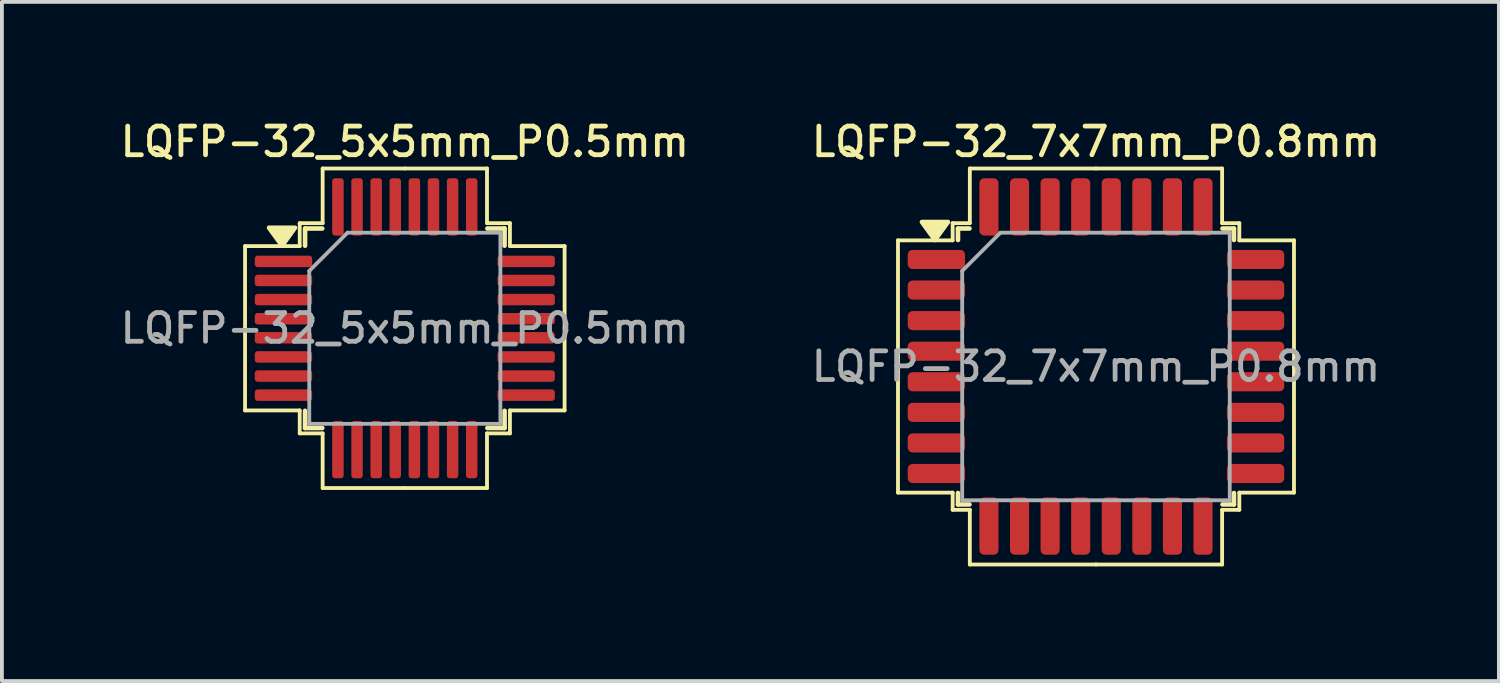
<source format=kicad_pcb>
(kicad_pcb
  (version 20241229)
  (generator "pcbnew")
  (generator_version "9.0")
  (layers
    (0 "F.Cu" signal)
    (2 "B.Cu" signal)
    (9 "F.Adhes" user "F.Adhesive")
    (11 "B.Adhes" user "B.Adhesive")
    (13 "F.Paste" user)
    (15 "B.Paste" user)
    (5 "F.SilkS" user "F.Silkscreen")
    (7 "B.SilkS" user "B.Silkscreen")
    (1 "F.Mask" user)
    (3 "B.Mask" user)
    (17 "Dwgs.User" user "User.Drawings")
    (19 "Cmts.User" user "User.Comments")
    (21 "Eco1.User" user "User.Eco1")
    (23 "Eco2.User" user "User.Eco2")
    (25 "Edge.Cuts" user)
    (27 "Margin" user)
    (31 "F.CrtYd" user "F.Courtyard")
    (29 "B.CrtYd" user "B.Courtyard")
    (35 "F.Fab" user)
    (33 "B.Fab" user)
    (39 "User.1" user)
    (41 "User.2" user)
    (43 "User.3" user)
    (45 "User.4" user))
  (footprint "LQFP-32_7x7mm_P0.8mm"
    (layer "F.Cu")
    (at 25.623 6.538)
    (property "Reference" "LQFP-32_7x7mm_P0.8mm" (at 0 -5.88 0) (layer "F.SilkS") (effects (font (size 0.75 0.75) (thickness 0.125))))
    (attr smd)
    (fp_line (start -5.18 -3.3) (end -5.18 0) (stroke (width 0.1) (type solid)) (layer "F.SilkS"))
    (fp_line (start -5.18 3.3) (end -5.18 0) (stroke (width 0.1) (type solid)) (layer "F.SilkS"))
    (fp_line (start -3.75 -3.75) (end -3.75 -3.3) (stroke (width 0.1) (type solid)) (layer "F.SilkS"))
    (fp_line (start -3.75 -3.3) (end -5.18 -3.3) (stroke (width 0.1) (type solid)) (layer "F.SilkS"))
    (fp_line (start -3.75 3.3) (end -5.18 3.3) (stroke (width 0.1) (type solid)) (layer "F.SilkS"))
    (fp_line (start -3.75 3.75) (end -3.75 3.3) (stroke (width 0.1) (type solid)) (layer "F.SilkS"))
    (fp_line (start -3.61 -3.61) (end -3.61 -3.31) (stroke (width 0.12) (type solid)) (layer "F.SilkS"))
    (fp_line (start -3.61 3.61) (end -3.61 3.31) (stroke (width 0.12) (type solid)) (layer "F.SilkS"))
    (fp_line (start -3.31 -3.61) (end -3.61 -3.61) (stroke (width 0.12) (type solid)) (layer "F.SilkS"))
    (fp_line (start -3.31 3.61) (end -3.61 3.61) (stroke (width 0.12) (type solid)) (layer "F.SilkS"))
    (fp_line (start -3.3 -5.18) (end -3.3 -3.75) (stroke (width 0.1) (type solid)) (layer "F.SilkS"))
    (fp_line (start -3.3 -3.75) (end -3.75 -3.75) (stroke (width 0.1) (type solid)) (layer "F.SilkS"))
    (fp_line (start -3.3 3.75) (end -3.75 3.75) (stroke (width 0.1) (type solid)) (layer "F.SilkS"))
    (fp_line (start -3.3 5.18) (end -3.3 3.75) (stroke (width 0.1) (type solid)) (layer "F.SilkS"))
    (fp_line (start 0 -5.18) (end -3.3 -5.18) (stroke (width 0.1) (type solid)) (layer "F.SilkS"))
    (fp_line (start 0 -5.18) (end 3.3 -5.18) (stroke (width 0.1) (type solid)) (layer "F.SilkS"))
    (fp_line (start 0 5.18) (end -3.3 5.18) (stroke (width 0.1) (type solid)) (layer "F.SilkS"))
    (fp_line (start 0 5.18) (end 3.3 5.18) (stroke (width 0.1) (type solid)) (layer "F.SilkS"))
    (fp_line (start 3.3 -5.18) (end 3.3 -3.75) (stroke (width 0.1) (type solid)) (layer "F.SilkS"))
    (fp_line (start 3.3 -3.75) (end 3.75 -3.75) (stroke (width 0.1) (type solid)) (layer "F.SilkS"))
    (fp_line (start 3.3 3.75) (end 3.75 3.75) (stroke (width 0.1) (type solid)) (layer "F.SilkS"))
    (fp_line (start 3.3 5.18) (end 3.3 3.75) (stroke (width 0.1) (type solid)) (layer "F.SilkS"))
    (fp_line (start 3.31 -3.61) (end 3.61 -3.61) (stroke (width 0.12) (type solid)) (layer "F.SilkS"))
    (fp_line (start 3.31 3.61) (end 3.61 3.61) (stroke (width 0.12) (type solid)) (layer "F.SilkS"))
    (fp_line (start 3.61 -3.61) (end 3.61 -3.31) (stroke (width 0.12) (type solid)) (layer "F.SilkS"))
    (fp_line (start 3.61 3.61) (end 3.61 3.31) (stroke (width 0.12) (type solid)) (layer "F.SilkS"))
    (fp_line (start 3.75 -3.75) (end 3.75 -3.3) (stroke (width 0.1) (type solid)) (layer "F.SilkS"))
    (fp_line (start 3.75 -3.3) (end 5.18 -3.3) (stroke (width 0.1) (type solid)) (layer "F.SilkS"))
    (fp_line (start 3.75 3.3) (end 5.18 3.3) (stroke (width 0.1) (type solid)) (layer "F.SilkS"))
    (fp_line (start 3.75 3.75) (end 3.75 3.3) (stroke (width 0.1) (type solid)) (layer "F.SilkS"))
    (fp_line (start 5.18 -3.3) (end 5.18 0) (stroke (width 0.1) (type solid)) (layer "F.SilkS"))
    (fp_line (start 5.18 3.3) (end 5.18 0) (stroke (width 0.1) (type solid)) (layer "F.SilkS"))
    (fp_poly (pts (xy -4.213 -3.31) (xy -4.553 -3.78) (xy -3.873 -3.78) (xy -4.213 -3.31)) (stroke (width 0.12) (type solid)) (fill yes) (layer "F.SilkS"))
    (fp_line (start -3.5 -2.5) (end -2.5 -3.5) (stroke (width 0.1) (type solid)) (layer "F.Fab"))
    (fp_line (start -3.5 3.5) (end -3.5 -2.5) (stroke (width 0.1) (type solid)) (layer "F.Fab"))
    (fp_line (start -2.5 -3.5) (end 3.5 -3.5) (stroke (width 0.1) (type solid)) (layer "F.Fab"))
    (fp_line (start 3.5 -3.5) (end 3.5 3.5) (stroke (width 0.1) (type solid)) (layer "F.Fab"))
    (fp_line (start 3.5 3.5) (end -3.5 3.5) (stroke (width 0.1) (type solid)) (layer "F.Fab"))
    (fp_text user "${REFERENCE}" (at 0 0 0) (layer "F.Fab") (effects (font (size 0.75 0.75) (thickness 0.125))))
    (pad "1" smd roundrect (at -4.175 -2.8) (size 1.5 0.5) (layers "F.Cu" "F.Mask" "F.Paste") (roundrect_rratio 0.25))
    (pad "2" smd roundrect (at -4.175 -2) (size 1.5 0.5) (layers "F.Cu" "F.Mask" "F.Paste") (roundrect_rratio 0.25))
    (pad "3" smd roundrect (at -4.175 -1.2) (size 1.5 0.5) (layers "F.Cu" "F.Mask" "F.Paste") (roundrect_rratio 0.25))
    (pad "4" smd roundrect (at -4.175 -0.4) (size 1.5 0.5) (layers "F.Cu" "F.Mask" "F.Paste") (roundrect_rratio 0.25))
    (pad "5" smd roundrect (at -4.175 0.4) (size 1.5 0.5) (layers "F.Cu" "F.Mask" "F.Paste") (roundrect_rratio 0.25))
    (pad "6" smd roundrect (at -4.175 1.2) (size 1.5 0.5) (layers "F.Cu" "F.Mask" "F.Paste") (roundrect_rratio 0.25))
    (pad "7" smd roundrect (at -4.175 2) (size 1.5 0.5) (layers "F.Cu" "F.Mask" "F.Paste") (roundrect_rratio 0.25))
    (pad "8" smd roundrect (at -4.175 2.8) (size 1.5 0.5) (layers "F.Cu" "F.Mask" "F.Paste") (roundrect_rratio 0.25))
    (pad "9" smd roundrect (at -2.8 4.175) (size 0.5 1.5) (layers "F.Cu" "F.Mask" "F.Paste") (roundrect_rratio 0.25))
    (pad "10" smd roundrect (at -2 4.175) (size 0.5 1.5) (layers "F.Cu" "F.Mask" "F.Paste") (roundrect_rratio 0.25))
    (pad "11" smd roundrect (at -1.2 4.175) (size 0.5 1.5) (layers "F.Cu" "F.Mask" "F.Paste") (roundrect_rratio 0.25))
    (pad "12" smd roundrect (at -0.4 4.175) (size 0.5 1.5) (layers "F.Cu" "F.Mask" "F.Paste") (roundrect_rratio 0.25))
    (pad "13" smd roundrect (at 0.4 4.175) (size 0.5 1.5) (layers "F.Cu" "F.Mask" "F.Paste") (roundrect_rratio 0.25))
    (pad "14" smd roundrect (at 1.2 4.175) (size 0.5 1.5) (layers "F.Cu" "F.Mask" "F.Paste") (roundrect_rratio 0.25))
    (pad "15" smd roundrect (at 2 4.175) (size 0.5 1.5) (layers "F.Cu" "F.Mask" "F.Paste") (roundrect_rratio 0.25))
    (pad "16" smd roundrect (at 2.8 4.175) (size 0.5 1.5) (layers "F.Cu" "F.Mask" "F.Paste") (roundrect_rratio 0.25))
    (pad "17" smd roundrect (at 4.175 2.8) (size 1.5 0.5) (layers "F.Cu" "F.Mask" "F.Paste") (roundrect_rratio 0.25))
    (pad "18" smd roundrect (at 4.175 2) (size 1.5 0.5) (layers "F.Cu" "F.Mask" "F.Paste") (roundrect_rratio 0.25))
    (pad "19" smd roundrect (at 4.175 1.2) (size 1.5 0.5) (layers "F.Cu" "F.Mask" "F.Paste") (roundrect_rratio 0.25))
    (pad "20" smd roundrect (at 4.175 0.4) (size 1.5 0.5) (layers "F.Cu" "F.Mask" "F.Paste") (roundrect_rratio 0.25))
    (pad "21" smd roundrect (at 4.175 -0.4) (size 1.5 0.5) (layers "F.Cu" "F.Mask" "F.Paste") (roundrect_rratio 0.25))
    (pad "22" smd roundrect (at 4.175 -1.2) (size 1.5 0.5) (layers "F.Cu" "F.Mask" "F.Paste") (roundrect_rratio 0.25))
    (pad "23" smd roundrect (at 4.175 -2) (size 1.5 0.5) (layers "F.Cu" "F.Mask" "F.Paste") (roundrect_rratio 0.25))
    (pad "24" smd roundrect (at 4.175 -2.8) (size 1.5 0.5) (layers "F.Cu" "F.Mask" "F.Paste") (roundrect_rratio 0.25))
    (pad "25" smd roundrect (at 2.8 -4.175) (size 0.5 1.5) (layers "F.Cu" "F.Mask" "F.Paste") (roundrect_rratio 0.25))
    (pad "26" smd roundrect (at 2 -4.175) (size 0.5 1.5) (layers "F.Cu" "F.Mask" "F.Paste") (roundrect_rratio 0.25))
    (pad "27" smd roundrect (at 1.2 -4.175) (size 0.5 1.5) (layers "F.Cu" "F.Mask" "F.Paste") (roundrect_rratio 0.25))
    (pad "28" smd roundrect (at 0.4 -4.175) (size 0.5 1.5) (layers "F.Cu" "F.Mask" "F.Paste") (roundrect_rratio 0.25))
    (pad "29" smd roundrect (at -0.4 -4.175) (size 0.5 1.5) (layers "F.Cu" "F.Mask" "F.Paste") (roundrect_rratio 0.25))
    (pad "30" smd roundrect (at -1.2 -4.175) (size 0.5 1.5) (layers "F.Cu" "F.Mask" "F.Paste") (roundrect_rratio 0.25))
    (pad "31" smd roundrect (at -2 -4.175) (size 0.5 1.5) (layers "F.Cu" "F.Mask" "F.Paste") (roundrect_rratio 0.25))
    (pad "32" smd roundrect (at -2.8 -4.175) (size 0.5 1.5) (layers "F.Cu" "F.Mask" "F.Paste") (roundrect_rratio 0.25)))
  (footprint "LQFP-32_5x5mm_P0.5mm"
    (layer "F.Cu")
    (at 7.541 5.538)
    (property "Reference" "LQFP-32_5x5mm_P0.5mm" (at 0 -4.88 0) (layer "F.SilkS") (effects (font (size 0.75 0.75) (thickness 0.125))))
    (attr smd)
    (fp_line (start -4.18 -2.15) (end -4.18 0) (stroke (width 0.1) (type solid)) (layer "F.SilkS"))
    (fp_line (start -4.18 2.15) (end -4.18 0) (stroke (width 0.1) (type solid)) (layer "F.SilkS"))
    (fp_line (start -2.75 -2.75) (end -2.75 -2.15) (stroke (width 0.1) (type solid)) (layer "F.SilkS"))
    (fp_line (start -2.75 -2.15) (end -4.18 -2.15) (stroke (width 0.1) (type solid)) (layer "F.SilkS"))
    (fp_line (start -2.75 2.15) (end -4.18 2.15) (stroke (width 0.1) (type solid)) (layer "F.SilkS"))
    (fp_line (start -2.75 2.75) (end -2.75 2.15) (stroke (width 0.1) (type solid)) (layer "F.SilkS"))
    (fp_line (start -2.61 -2.61) (end -2.61 -2.16) (stroke (width 0.12) (type solid)) (layer "F.SilkS"))
    (fp_line (start -2.61 2.61) (end -2.61 2.16) (stroke (width 0.12) (type solid)) (layer "F.SilkS"))
    (fp_line (start -2.16 -2.61) (end -2.61 -2.61) (stroke (width 0.12) (type solid)) (layer "F.SilkS"))
    (fp_line (start -2.16 2.61) (end -2.61 2.61) (stroke (width 0.12) (type solid)) (layer "F.SilkS"))
    (fp_line (start -2.15 -4.18) (end -2.15 -2.75) (stroke (width 0.1) (type solid)) (layer "F.SilkS"))
    (fp_line (start -2.15 -2.75) (end -2.75 -2.75) (stroke (width 0.1) (type solid)) (layer "F.SilkS"))
    (fp_line (start -2.15 2.75) (end -2.75 2.75) (stroke (width 0.1) (type solid)) (layer "F.SilkS"))
    (fp_line (start -2.15 4.18) (end -2.15 2.75) (stroke (width 0.1) (type solid)) (layer "F.SilkS"))
    (fp_line (start 0 -4.18) (end -2.15 -4.18) (stroke (width 0.1) (type solid)) (layer "F.SilkS"))
    (fp_line (start 0 -4.18) (end 2.15 -4.18) (stroke (width 0.1) (type solid)) (layer "F.SilkS"))
    (fp_line (start 0 4.18) (end -2.15 4.18) (stroke (width 0.1) (type solid)) (layer "F.SilkS"))
    (fp_line (start 0 4.18) (end 2.15 4.18) (stroke (width 0.1) (type solid)) (layer "F.SilkS"))
    (fp_line (start 2.15 -4.18) (end 2.15 -2.75) (stroke (width 0.1) (type solid)) (layer "F.SilkS"))
    (fp_line (start 2.15 -2.75) (end 2.75 -2.75) (stroke (width 0.1) (type solid)) (layer "F.SilkS"))
    (fp_line (start 2.15 2.75) (end 2.75 2.75) (stroke (width 0.1) (type solid)) (layer "F.SilkS"))
    (fp_line (start 2.15 4.18) (end 2.15 2.75) (stroke (width 0.1) (type solid)) (layer "F.SilkS"))
    (fp_line (start 2.16 -2.61) (end 2.61 -2.61) (stroke (width 0.12) (type solid)) (layer "F.SilkS"))
    (fp_line (start 2.16 2.61) (end 2.61 2.61) (stroke (width 0.12) (type solid)) (layer "F.SilkS"))
    (fp_line (start 2.61 -2.61) (end 2.61 -2.16) (stroke (width 0.12) (type solid)) (layer "F.SilkS"))
    (fp_line (start 2.61 2.61) (end 2.61 2.16) (stroke (width 0.12) (type solid)) (layer "F.SilkS"))
    (fp_line (start 2.75 -2.75) (end 2.75 -2.15) (stroke (width 0.1) (type solid)) (layer "F.SilkS"))
    (fp_line (start 2.75 -2.15) (end 4.18 -2.15) (stroke (width 0.1) (type solid)) (layer "F.SilkS"))
    (fp_line (start 2.75 2.15) (end 4.18 2.15) (stroke (width 0.1) (type solid)) (layer "F.SilkS"))
    (fp_line (start 2.75 2.75) (end 2.75 2.15) (stroke (width 0.1) (type solid)) (layer "F.SilkS"))
    (fp_line (start 4.18 -2.15) (end 4.18 0) (stroke (width 0.1) (type solid)) (layer "F.SilkS"))
    (fp_line (start 4.18 2.15) (end 4.18 0) (stroke (width 0.1) (type solid)) (layer "F.SilkS"))
    (fp_poly (pts (xy -3.212 -2.16) (xy -3.553 -2.63) (xy -2.873 -2.63) (xy -3.212 -2.16)) (stroke (width 0.12) (type solid)) (fill yes) (layer "F.SilkS"))
    (fp_line (start -2.5 -1.5) (end -1.5 -2.5) (stroke (width 0.1) (type solid)) (layer "F.Fab"))
    (fp_line (start -2.5 2.5) (end -2.5 -1.5) (stroke (width 0.1) (type solid)) (layer "F.Fab"))
    (fp_line (start -1.5 -2.5) (end 2.5 -2.5) (stroke (width 0.1) (type solid)) (layer "F.Fab"))
    (fp_line (start 2.5 -2.5) (end 2.5 2.5) (stroke (width 0.1) (type solid)) (layer "F.Fab"))
    (fp_line (start 2.5 2.5) (end -2.5 2.5) (stroke (width 0.1) (type solid)) (layer "F.Fab"))
    (fp_text user "${REFERENCE}" (at 0 0 0) (layer "F.Fab") (effects (font (size 0.75 0.75) (thickness 0.125))))
    (pad "1" smd roundrect (at -3.175 -1.75) (size 1.5 0.3) (layers "F.Cu" "F.Mask" "F.Paste") (roundrect_rratio 0.25))
    (pad "2" smd roundrect (at -3.175 -1.25) (size 1.5 0.3) (layers "F.Cu" "F.Mask" "F.Paste") (roundrect_rratio 0.25))
    (pad "3" smd roundrect (at -3.175 -0.75) (size 1.5 0.3) (layers "F.Cu" "F.Mask" "F.Paste") (roundrect_rratio 0.25))
    (pad "4" smd roundrect (at -3.175 -0.25) (size 1.5 0.3) (layers "F.Cu" "F.Mask" "F.Paste") (roundrect_rratio 0.25))
    (pad "5" smd roundrect (at -3.175 0.25) (size 1.5 0.3) (layers "F.Cu" "F.Mask" "F.Paste") (roundrect_rratio 0.25))
    (pad "6" smd roundrect (at -3.175 0.75) (size 1.5 0.3) (layers "F.Cu" "F.Mask" "F.Paste") (roundrect_rratio 0.25))
    (pad "7" smd roundrect (at -3.175 1.25) (size 1.5 0.3) (layers "F.Cu" "F.Mask" "F.Paste") (roundrect_rratio 0.25))
    (pad "8" smd roundrect (at -3.175 1.75) (size 1.5 0.3) (layers "F.Cu" "F.Mask" "F.Paste") (roundrect_rratio 0.25))
    (pad "9" smd roundrect (at -1.75 3.175) (size 0.3 1.5) (layers "F.Cu" "F.Mask" "F.Paste") (roundrect_rratio 0.25))
    (pad "10" smd roundrect (at -1.25 3.175) (size 0.3 1.5) (layers "F.Cu" "F.Mask" "F.Paste") (roundrect_rratio 0.25))
    (pad "11" smd roundrect (at -0.75 3.175) (size 0.3 1.5) (layers "F.Cu" "F.Mask" "F.Paste") (roundrect_rratio 0.25))
    (pad "12" smd roundrect (at -0.25 3.175) (size 0.3 1.5) (layers "F.Cu" "F.Mask" "F.Paste") (roundrect_rratio 0.25))
    (pad "13" smd roundrect (at 0.25 3.175) (size 0.3 1.5) (layers "F.Cu" "F.Mask" "F.Paste") (roundrect_rratio 0.25))
    (pad "14" smd roundrect (at 0.75 3.175) (size 0.3 1.5) (layers "F.Cu" "F.Mask" "F.Paste") (roundrect_rratio 0.25))
    (pad "15" smd roundrect (at 1.25 3.175) (size 0.3 1.5) (layers "F.Cu" "F.Mask" "F.Paste") (roundrect_rratio 0.25))
    (pad "16" smd roundrect (at 1.75 3.175) (size 0.3 1.5) (layers "F.Cu" "F.Mask" "F.Paste") (roundrect_rratio 0.25))
    (pad "17" smd roundrect (at 3.175 1.75) (size 1.5 0.3) (layers "F.Cu" "F.Mask" "F.Paste") (roundrect_rratio 0.25))
    (pad "18" smd roundrect (at 3.175 1.25) (size 1.5 0.3) (layers "F.Cu" "F.Mask" "F.Paste") (roundrect_rratio 0.25))
    (pad "19" smd roundrect (at 3.175 0.75) (size 1.5 0.3) (layers "F.Cu" "F.Mask" "F.Paste") (roundrect_rratio 0.25))
    (pad "20" smd roundrect (at 3.175 0.25) (size 1.5 0.3) (layers "F.Cu" "F.Mask" "F.Paste") (roundrect_rratio 0.25))
    (pad "21" smd roundrect (at 3.175 -0.25) (size 1.5 0.3) (layers "F.Cu" "F.Mask" "F.Paste") (roundrect_rratio 0.25))
    (pad "22" smd roundrect (at 3.175 -0.75) (size 1.5 0.3) (layers "F.Cu" "F.Mask" "F.Paste") (roundrect_rratio 0.25))
    (pad "23" smd roundrect (at 3.175 -1.25) (size 1.5 0.3) (layers "F.Cu" "F.Mask" "F.Paste") (roundrect_rratio 0.25))
    (pad "24" smd roundrect (at 3.175 -1.75) (size 1.5 0.3) (layers "F.Cu" "F.Mask" "F.Paste") (roundrect_rratio 0.25))
    (pad "25" smd roundrect (at 1.75 -3.175) (size 0.3 1.5) (layers "F.Cu" "F.Mask" "F.Paste") (roundrect_rratio 0.25))
    (pad "26" smd roundrect (at 1.25 -3.175) (size 0.3 1.5) (layers "F.Cu" "F.Mask" "F.Paste") (roundrect_rratio 0.25))
    (pad "27" smd roundrect (at 0.75 -3.175) (size 0.3 1.5) (layers "F.Cu" "F.Mask" "F.Paste") (roundrect_rratio 0.25))
    (pad "28" smd roundrect (at 0.25 -3.175) (size 0.3 1.5) (layers "F.Cu" "F.Mask" "F.Paste") (roundrect_rratio 0.25))
    (pad "29" smd roundrect (at -0.25 -3.175) (size 0.3 1.5) (layers "F.Cu" "F.Mask" "F.Paste") (roundrect_rratio 0.25))
    (pad "30" smd roundrect (at -0.75 -3.175) (size 0.3 1.5) (layers "F.Cu" "F.Mask" "F.Paste") (roundrect_rratio 0.25))
    (pad "31" smd roundrect (at -1.25 -3.175) (size 0.3 1.5) (layers "F.Cu" "F.Mask" "F.Paste") (roundrect_rratio 0.25))
    (pad "32" smd roundrect (at -1.75 -3.175) (size 0.3 1.5) (layers "F.Cu" "F.Mask" "F.Paste") (roundrect_rratio 0.25)))
  (gr_rect
    (start -3 -3)
    (end 36.164 14.768)
    (stroke (width 0.1) (type default))
    (fill no)
    (layer "Edge.Cuts")))
</source>
